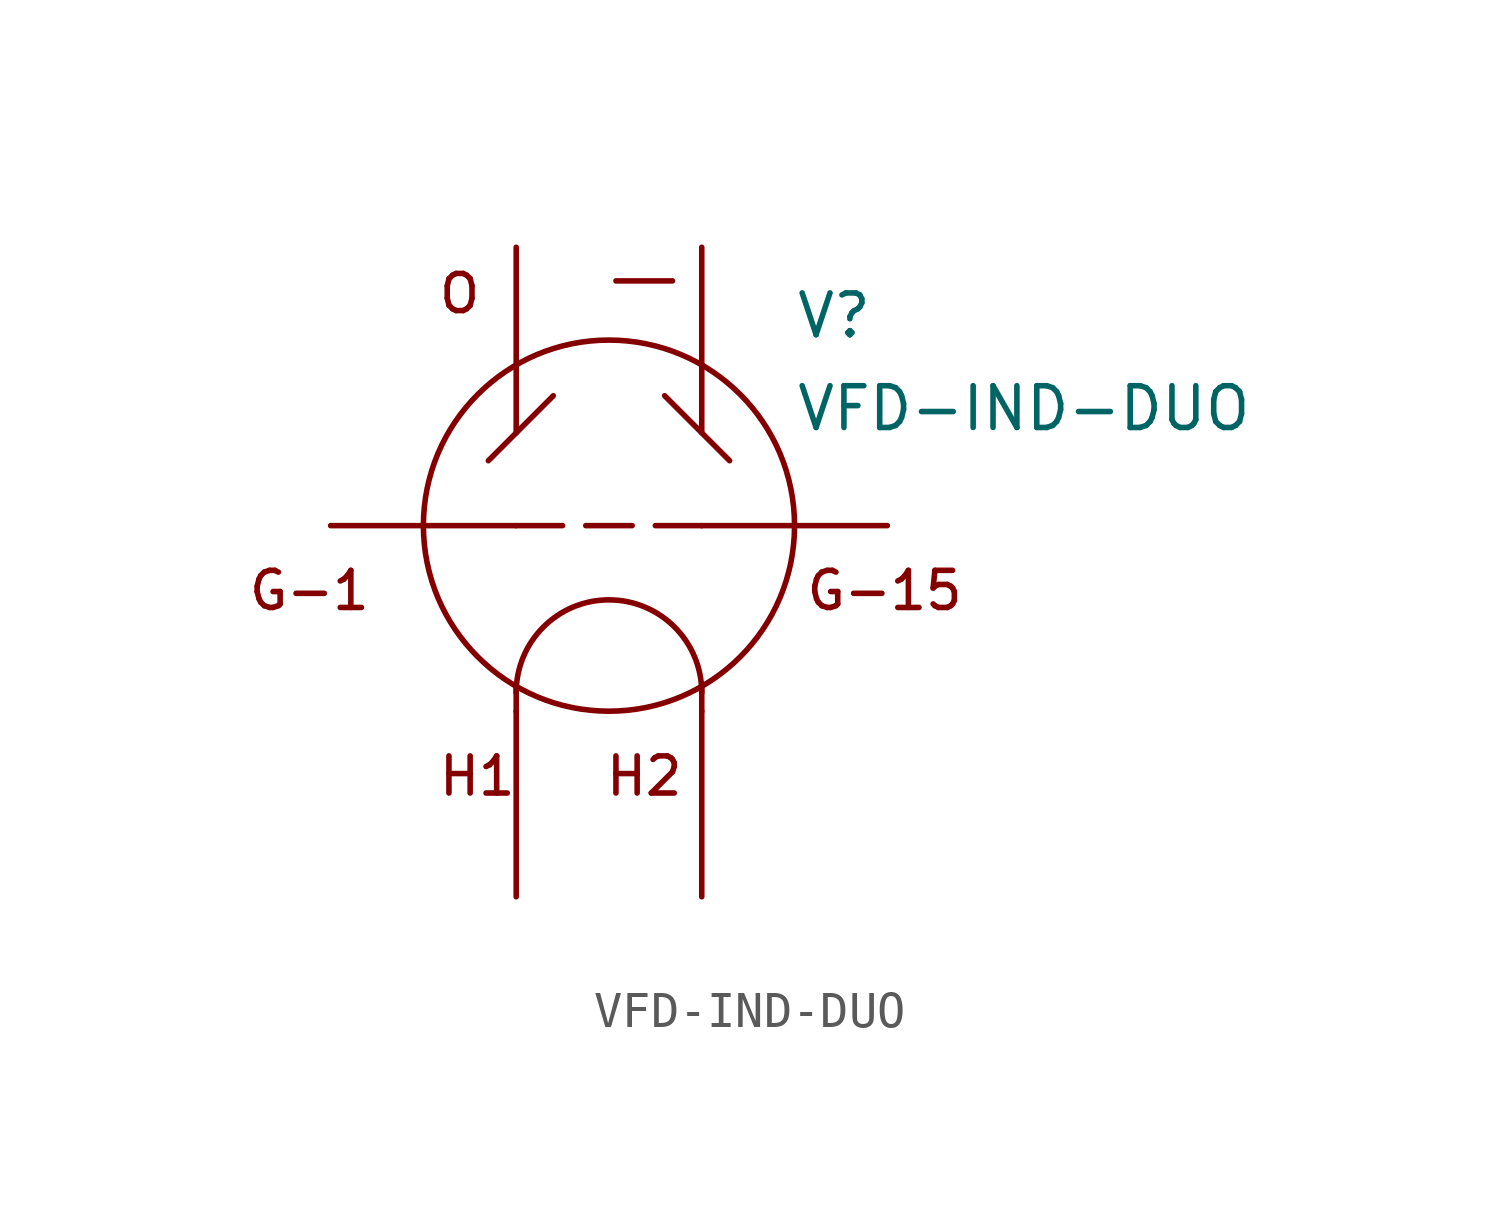
<source format=kicad_sym>
(kicad_symbol_lib
  (version 20241209)
  (generator "kicad_symbol_editor")
  (generator_version "9.0")
  (symbol "VFD-IND-DUO"
    (pin_numbers
      (hide yes))
    (pin_names
      (offset 1.016)
      (hide yes))
    (property "Reference" "V"
      (at 5.08 5.08 0)
      (effects (font (size 1.143 1.143)) (justify left bottom)))
    (property "Value" "VFD-IND-DUO"
      (at 5.08 2.54 0)
      (effects (font (size 1.143 1.143)) (justify left bottom)))
    (property "ki_locked" ""
      (at 0 0 0)
      (effects (font (size 1.27 1.27))))
    (symbol "VFD-IND-DUO_1_0"
      (polyline (pts (xy -3.302 1.778) (xy -1.524 3.556)) (stroke (width 0) (type solid)) (fill (type none)))
      (polyline (pts (xy -2.54 0) (xy -1.27 0)) (stroke (width 0) (type solid)) (fill (type none)))
      (polyline (pts (xy -2.54 -5.08) (xy -2.54 -4.318)) (stroke (width 0) (type solid)) (fill (type none)))
      (polyline (pts (xy -0.635 0) (xy 0.635 0)) (stroke (width 0) (type solid)) (fill (type none)))
      (polyline (pts (xy 1.27 0) (xy 2.54 0)) (stroke (width 0) (type solid)) (fill (type none)))
      (polyline (pts (xy 1.524 3.556) (xy 3.302 1.778)) (stroke (width 0) (type solid)) (fill (type none)))
      (polyline (pts (xy 2.54 -5.08) (xy 2.54 -4.318)) (stroke (width 0) (type solid)) (fill (type none)))
      (text "G-1" (at -8.204 -1.778 0) (effects (font (size 1.016 1.016))))
      (text "O" (at -4.089 6.35 0) (effects (font (size 1.016 1.016))))
      (text "H1" (at -3.607 -6.858 0) (effects (font (size 1.016 1.016))))
      (text "-" (at 0.965 6.858 0) (effects (font (size 2.032 2.032))))
      (text "H2" (at 0.965 -6.858 0) (effects (font (size 1.016 1.016))))
      (text "G-15" (at 7.544 -1.778 0) (effects (font (size 1.016 1.016)))))
    (symbol "VFD-IND-DUO_1_1"
      (circle (center 0 0) (radius 5.08) (stroke (width 0) (type solid)) (fill (type none)))
      (arc (start -2.54 -4.572) (mid 0 -2.032) (end 2.54 -4.572) (stroke (width 0) (type solid)) (fill (type none)))
      (pin passive line (at -7.62 0 0) (length 5.08) (name "G1" (effects (font (size 1.016 1.016)))) (number "G" (effects (font (size 1.016 1.016)))))
      (pin passive line (at -2.54 7.62 270) (length 5.08) (name "O" (effects (font (size 1.016 1.016)))) (number "O" (effects (font (size 1.016 1.016)))))
      (pin passive line (at -2.54 7.62 270) (length 5.08) (hide yes) (name "O" (effects (font (size 1.016 1.016)))) (number "P$4" (effects (font (size 1.016 1.016)))))
      (pin passive line (at -2.54 -10.16 90) (length 5.08) (name "H1" (effects (font (size 1.016 1.016)))) (number "F1" (effects (font (size 1.016 1.016)))))
      (pin passive line (at -2.54 -10.16 90) (length 5.08) (hide yes) (name "H1" (effects (font (size 1.016 1.016)))) (number "P$1" (effects (font (size 1.016 1.016)))))
      (pin passive line (at 2.54 7.62 270) (length 5.08) (name "-" (effects (font (size 1.016 1.016)))) (number "-" (effects (font (size 1.016 1.016)))))
      (pin passive line (at 2.54 -10.16 90) (length 5.08) (name "H2" (effects (font (size 1.016 1.016)))) (number "F2" (effects (font (size 1.016 1.016)))))
      (pin passive line (at 2.54 -10.16 90) (length 5.08) (hide yes) (name "H2" (effects (font (size 1.016 1.016)))) (number "P$2" (effects (font (size 1.016 1.016)))))
      (pin passive line (at 7.62 0 180) (length 5.08) (name "G15" (effects (font (size 1.016 1.016)))) (number "P$3" (effects (font (size 1.016 1.016))))))))
</source>
